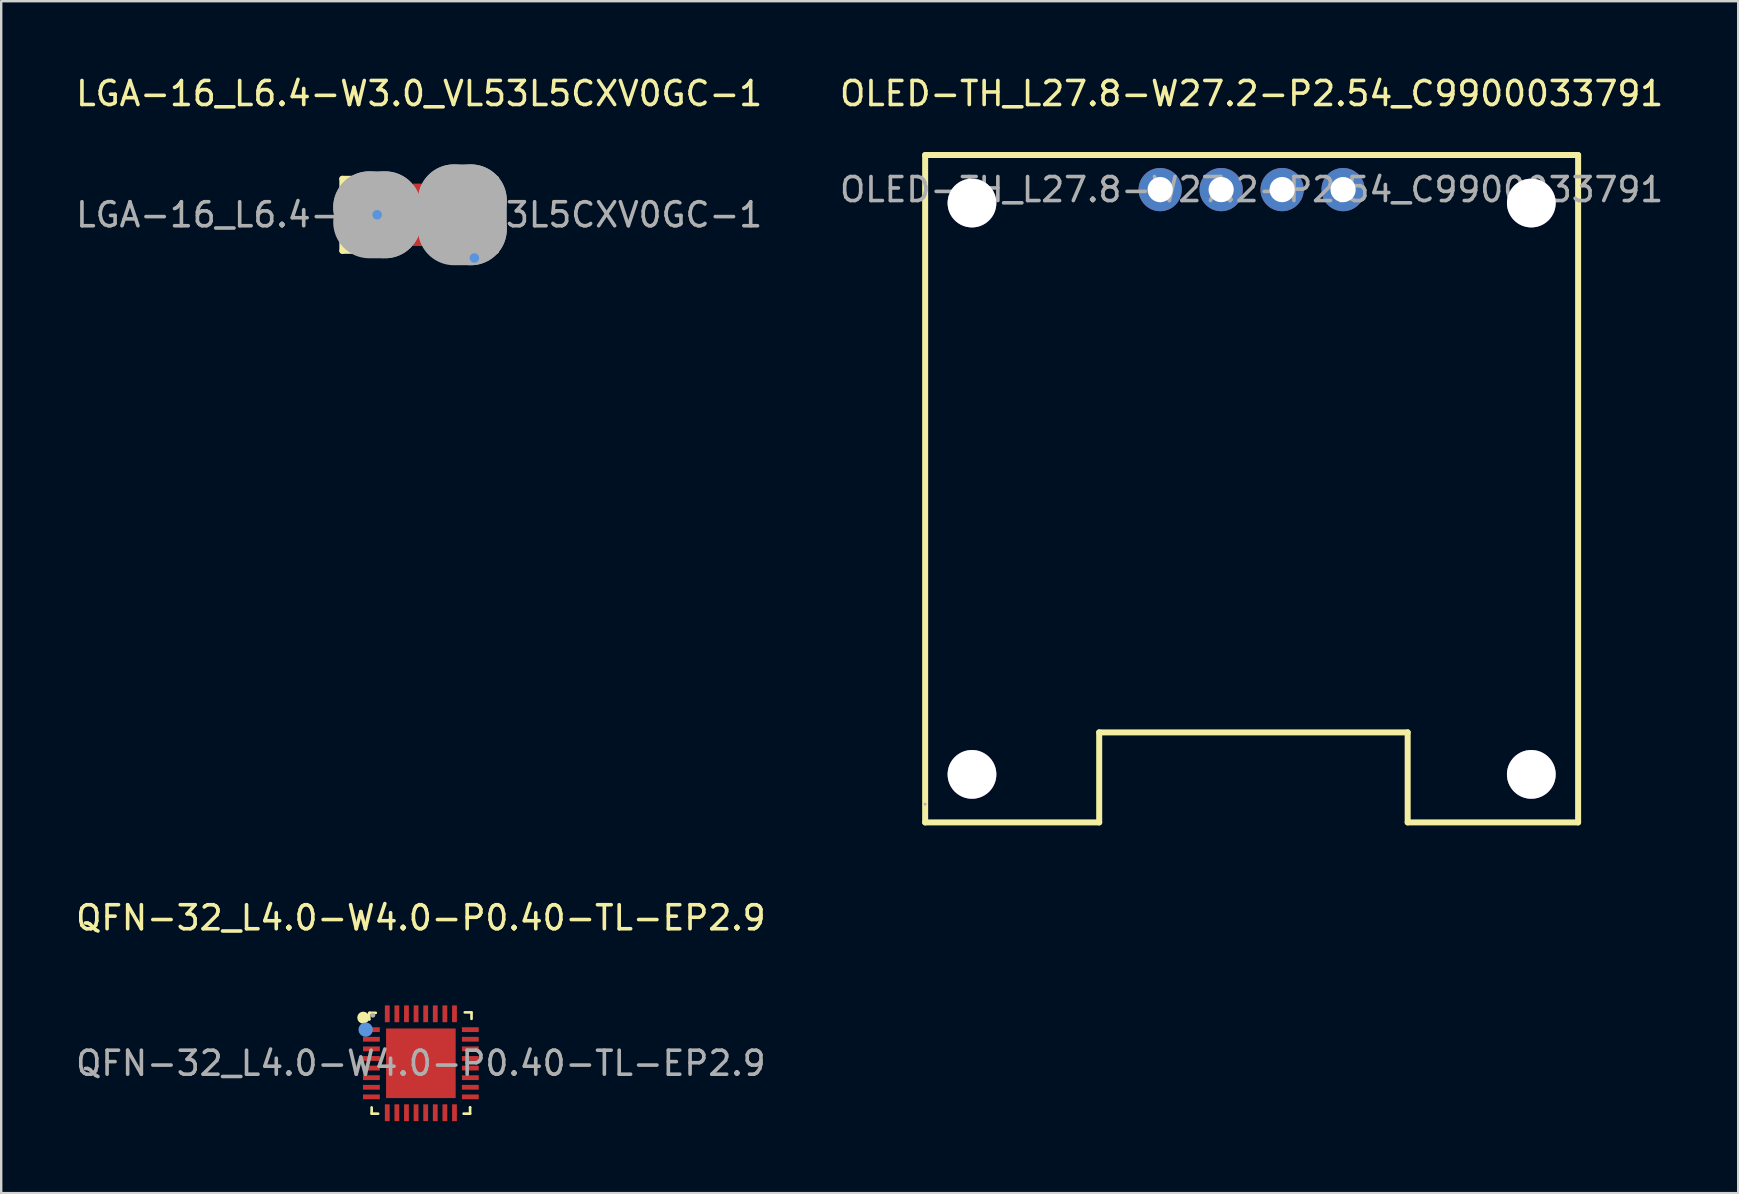
<source format=kicad_pcb>
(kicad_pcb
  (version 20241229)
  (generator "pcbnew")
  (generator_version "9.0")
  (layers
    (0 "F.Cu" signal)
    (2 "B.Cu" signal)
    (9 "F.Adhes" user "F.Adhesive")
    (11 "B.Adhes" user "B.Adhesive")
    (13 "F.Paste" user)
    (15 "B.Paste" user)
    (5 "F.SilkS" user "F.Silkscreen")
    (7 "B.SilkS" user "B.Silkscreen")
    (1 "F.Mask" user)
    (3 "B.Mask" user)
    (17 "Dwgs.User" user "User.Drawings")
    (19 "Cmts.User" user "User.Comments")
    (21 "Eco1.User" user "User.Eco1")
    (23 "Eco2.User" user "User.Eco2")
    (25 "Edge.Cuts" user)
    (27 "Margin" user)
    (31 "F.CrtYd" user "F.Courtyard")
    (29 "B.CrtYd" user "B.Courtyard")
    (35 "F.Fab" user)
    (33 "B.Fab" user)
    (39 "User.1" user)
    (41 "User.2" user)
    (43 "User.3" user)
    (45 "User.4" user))
  (footprint "QFN-32_L4.0-W4.0-P0.40-TL-EP2.9"
    (layer "F.Cu")
    (at 14.482 41.242)
    (property "Reference" "QFN-32_L4.0-W4.0-P0.40-TL-EP2.9" (at 0 -6.06 0) (layer "F.SilkS") (effects (font (size 1 1) (thickness 0.15))))
    (attr smd)
    (fp_line (start -2.15 -2.09) (end -2.15 -1.83) (stroke (width 0.11) (type solid)) (layer "F.SilkS"))
    (fp_line (start -2.15 -1.83) (end -2.15 -1.83) (stroke (width 0.11) (type solid)) (layer "F.SilkS"))
    (fp_line (start -2.14 -2.1) (end -2.15 -2.09) (stroke (width 0.11) (type solid)) (layer "F.SilkS"))
    (fp_line (start -2.05 1.84) (end -2.05 2.1) (stroke (width 0.11) (type solid)) (layer "F.SilkS"))
    (fp_line (start -2.05 2.1) (end -1.78 2.1) (stroke (width 0.11) (type solid)) (layer "F.SilkS"))
    (fp_line (start -1.88 -2.1) (end -2.14 -2.1) (stroke (width 0.11) (type solid)) (layer "F.SilkS"))
    (fp_line (start 1.78 2.1) (end 2.05 2.1) (stroke (width 0.11) (type solid)) (layer "F.SilkS"))
    (fp_line (start 2.05 1.84) (end 2.05 1.84) (stroke (width 0.11) (type solid)) (layer "F.SilkS"))
    (fp_line (start 2.05 2.1) (end 2.05 1.84) (stroke (width 0.11) (type solid)) (layer "F.SilkS"))
    (fp_line (start 2.1 -2.12) (end 1.83 -2.12) (stroke (width 0.11) (type solid)) (layer "F.SilkS"))
    (fp_line (start 2.11 -1.85) (end 2.11 -2.12) (stroke (width 0.11) (type solid)) (layer "F.SilkS"))
    (fp_arc (start -2.4 -1.9) (mid -2.4 -1.9) (end -2.4 -1.9) (stroke (width 0.25) (type solid)) (layer "F.SilkS"))
    (fp_circle (center -2.3 -1.4) (end -2.15 -1.4) (stroke (width 0.3) (type solid)) (fill no) (layer "Cmts.User"))
    (fp_circle (center -2 -2) (end -1.95 -2) (stroke (width 0.1) (type solid)) (fill no) (layer "F.Fab"))
    (fp_text user "${REFERENCE}" (at 0 0 0) (layer "F.Fab") (effects (font (size 1 1) (thickness 0.15))))
    (pad "1" smd rect (at -2.06 -1.4) (size 0.7 0.2) (layers "F.Cu" "F.Mask" "F.Paste"))
    (pad "2" smd rect (at -2.06 -1) (size 0.7 0.2) (layers "F.Cu" "F.Mask" "F.Paste"))
    (pad "3" smd rect (at -2.06 -0.6) (size 0.7 0.2) (layers "F.Cu" "F.Mask" "F.Paste"))
    (pad "4" smd rect (at -2.06 -0.2) (size 0.7 0.2) (layers "F.Cu" "F.Mask" "F.Paste"))
    (pad "5" smd rect (at -2.06 0.2) (size 0.7 0.2) (layers "F.Cu" "F.Mask" "F.Paste"))
    (pad "6" smd rect (at -2.06 0.6) (size 0.7 0.2) (layers "F.Cu" "F.Mask" "F.Paste"))
    (pad "7" smd rect (at -2.06 1) (size 0.7 0.2) (layers "F.Cu" "F.Mask" "F.Paste"))
    (pad "8" smd rect (at -2.06 1.4) (size 0.7 0.2) (layers "F.Cu" "F.Mask" "F.Paste"))
    (pad "9" smd rect (at -1.4 2.06) (size 0.2 0.7) (layers "F.Cu" "F.Mask" "F.Paste"))
    (pad "10" smd rect (at -1 2.06) (size 0.2 0.7) (layers "F.Cu" "F.Mask" "F.Paste"))
    (pad "11" smd rect (at -0.6 2.06) (size 0.2 0.7) (layers "F.Cu" "F.Mask" "F.Paste"))
    (pad "12" smd rect (at -0.2 2.06) (size 0.2 0.7) (layers "F.Cu" "F.Mask" "F.Paste"))
    (pad "13" smd rect (at 0.2 2.06) (size 0.2 0.7) (layers "F.Cu" "F.Mask" "F.Paste"))
    (pad "14" smd rect (at 0.6 2.06) (size 0.2 0.7) (layers "F.Cu" "F.Mask" "F.Paste"))
    (pad "15" smd rect (at 1 2.06) (size 0.2 0.7) (layers "F.Cu" "F.Mask" "F.Paste"))
    (pad "16" smd rect (at 1.4 2.06) (size 0.2 0.7) (layers "F.Cu" "F.Mask" "F.Paste"))
    (pad "17" smd rect (at 2.06 1.4) (size 0.7 0.2) (layers "F.Cu" "F.Mask" "F.Paste"))
    (pad "18" smd rect (at 2.06 1) (size 0.7 0.2) (layers "F.Cu" "F.Mask" "F.Paste"))
    (pad "19" smd rect (at 2.06 0.6) (size 0.7 0.2) (layers "F.Cu" "F.Mask" "F.Paste"))
    (pad "20" smd rect (at 2.06 0.2) (size 0.7 0.2) (layers "F.Cu" "F.Mask" "F.Paste"))
    (pad "21" smd rect (at 2.06 -0.2) (size 0.7 0.2) (layers "F.Cu" "F.Mask" "F.Paste"))
    (pad "22" smd rect (at 2.06 -0.6) (size 0.7 0.2) (layers "F.Cu" "F.Mask" "F.Paste"))
    (pad "23" smd rect (at 2.06 -1) (size 0.7 0.2) (layers "F.Cu" "F.Mask" "F.Paste"))
    (pad "24" smd rect (at 2.06 -1.4) (size 0.7 0.2) (layers "F.Cu" "F.Mask" "F.Paste"))
    (pad "25" smd rect (at 1.4 -2.06) (size 0.2 0.7) (layers "F.Cu" "F.Mask" "F.Paste"))
    (pad "26" smd rect (at 1 -2.06) (size 0.2 0.7) (layers "F.Cu" "F.Mask" "F.Paste"))
    (pad "27" smd rect (at 0.6 -2.06) (size 0.2 0.7) (layers "F.Cu" "F.Mask" "F.Paste"))
    (pad "28" smd rect (at 0.2 -2.06) (size 0.2 0.7) (layers "F.Cu" "F.Mask" "F.Paste"))
    (pad "29" smd rect (at -0.2 -2.06) (size 0.2 0.7) (layers "F.Cu" "F.Mask" "F.Paste"))
    (pad "30" smd rect (at -0.6 -2.06) (size 0.2 0.7) (layers "F.Cu" "F.Mask" "F.Paste"))
    (pad "31" smd rect (at -1 -2.06) (size 0.2 0.7) (layers "F.Cu" "F.Mask" "F.Paste"))
    (pad "32" smd rect (at -1.4 -2.06) (size 0.2 0.7) (layers "F.Cu" "F.Mask" "F.Paste"))
    (pad "33" smd rect (at 0 0 180) (size 2.9 2.9) (layers "F.Cu" "F.Mask" "F.Paste")))
  (footprint "LGA-16_L6.4-W3.0_VL53L5CXV0GC-1"
    (layer "F.Cu")
    (at 14.411 5.898)
    (property "Reference" "LGA-16_L6.4-W3.0_VL53L5CXV0GC-1" (at 0 -5.05 0) (layer "F.SilkS") (effects (font (size 1 1) (thickness 0.15))))
    (attr smd)
    (fp_line (start -3.2 -1.5) (end -2.73 -1.5) (stroke (width 0.25) (type solid)) (layer "F.SilkS"))
    (fp_line (start -3.2 1.5) (end -3.2 -1.5) (stroke (width 0.25) (type solid)) (layer "F.SilkS"))
    (fp_line (start -2.73 1.5) (end -3.2 1.5) (stroke (width 0.25) (type solid)) (layer "F.SilkS"))
    (fp_line (start 2.72 -1.5) (end 3.2 -1.5) (stroke (width 0.25) (type solid)) (layer "F.SilkS"))
    (fp_line (start 3.2 -1.5) (end 3.2 1.5) (stroke (width 0.25) (type solid)) (layer "F.SilkS"))
    (fp_line (start 3.2 1.5) (end 2.72 1.5) (stroke (width 0.25) (type solid)) (layer "F.SilkS"))
    (fp_circle (center -1.75 0) (end -1.53 0) (stroke (width 0.1) (type solid)) (fill no) (layer "F.SilkS"))
    (fp_circle (center 2.3 1.8) (end 2.4 1.8) (stroke (width 0.2) (type solid)) (fill no) (layer "F.SilkS"))
    (fp_circle (center -1.75 0) (end -1.65 0) (stroke (width 0.2) (type solid)) (fill no) (layer "Cmts.User"))
    (fp_circle (center 2.3 1.8) (end 2.4 1.8) (stroke (width 0.2) (type solid)) (fill no) (layer "Cmts.User"))
    (fp_line (start -2.08 -0.31) (end -2.08 -0.31) (stroke (width 3) (type solid)) (layer "F.Fab"))
    (fp_line (start -2.08 -0.31) (end -1.42 -0.31) (stroke (width 3) (type solid)) (layer "F.Fab"))
    (fp_line (start -1.42 -0.31) (end -1.42 0.31) (stroke (width 3) (type solid)) (layer "F.Fab"))
    (fp_line (start -1.42 0.31) (end -2.08 0.31) (stroke (width 3) (type solid)) (layer "F.Fab"))
    (fp_line (start 1.45 -0.6) (end 1.45 -0.6) (stroke (width 3) (type solid)) (layer "F.Fab"))
    (fp_line (start 1.45 -0.6) (end 2.15 -0.6) (stroke (width 3) (type solid)) (layer "F.Fab"))
    (fp_line (start 2.15 -0.6) (end 2.15 0.6) (stroke (width 3) (type solid)) (layer "F.Fab"))
    (fp_line (start 2.15 0.6) (end 1.45 0.6) (stroke (width 3) (type solid)) (layer "F.Fab"))
    (fp_circle (center 3.2 1.5) (end 3.23 1.5) (stroke (width 0.06) (type solid)) (fill no) (layer "F.Fab"))
    (fp_text user "${REFERENCE}" (at 0 0 0) (layer "F.Fab") (effects (font (size 1 1) (thickness 0.15))))
    (pad "A1" smd rect (at 2.25 1.05) (size 0.5 0.5) (layers "F.Cu" "F.Mask" "F.Paste"))
    (pad "A2" smd rect (at 1.5 1.05) (size 0.5 0.5) (layers "F.Cu" "F.Mask" "F.Paste"))
    (pad "A3" smd rect (at 0.75 1.05) (size 0.5 0.5) (layers "F.Cu" "F.Mask" "F.Paste"))
    (pad "A4" smd rect (at 0 1.05) (size 0.5 0.5) (layers "F.Cu" "F.Mask" "F.Paste"))
    (pad "A5" smd rect (at -0.75 1.05) (size 0.5 0.5) (layers "F.Cu" "F.Mask" "F.Paste"))
    (pad "A6" smd rect (at -1.5 1.05) (size 0.5 0.5) (layers "F.Cu" "F.Mask" "F.Paste"))
    (pad "A7" smd rect (at -2.25 1.05) (size 0.5 0.5) (layers "F.Cu" "F.Mask" "F.Paste"))
    (pad "B1" smd rect (at 2.65 0) (size 0.5 0.5) (layers "F.Cu" "F.Mask" "F.Paste"))
    (pad "B4" smd rect (at 0 0) (size 2.32 1.2) (layers "F.Cu" "F.Mask" "F.Paste"))
    (pad "B7" smd rect (at -2.65 0) (size 0.5 0.5) (layers "F.Cu" "F.Mask" "F.Paste"))
    (pad "C1" smd rect (at 2.25 -1.05) (size 0.5 0.5) (layers "F.Cu" "F.Mask" "F.Paste"))
    (pad "C2" smd rect (at 1.5 -1.05) (size 0.5 0.5) (layers "F.Cu" "F.Mask" "F.Paste"))
    (pad "C3" smd rect (at 0.75 -1.05) (size 0.5 0.5) (layers "F.Cu" "F.Mask" "F.Paste"))
    (pad "C4" smd rect (at 0 -1.05) (size 0.5 0.5) (layers "F.Cu" "F.Mask" "F.Paste"))
    (pad "C5" smd rect (at -0.75 -1.05) (size 0.5 0.5) (layers "F.Cu" "F.Mask" "F.Paste"))
    (pad "C6" smd rect (at -1.5 -1.05) (size 0.5 0.5) (layers "F.Cu" "F.Mask" "F.Paste"))
    (pad "C7" smd rect (at -2.25 -1.05) (size 0.5 0.5) (layers "F.Cu" "F.Mask" "F.Paste")))
  (footprint "OLED-TH_L27.8-W27.2-P2.54_C9900033791"
    (layer "F.Cu")
    (at 49.089 4.848)
    (property "Reference" "OLED-TH_L27.8-W27.2-P2.54_C9900033791" (at 0 -4 0) (layer "F.SilkS") (effects (font (size 1 1) (thickness 0.15))))
    (attr through_hole)
    (fp_line (start -13.6 -1.44) (end 13.6 -1.44) (stroke (width 0.25) (type solid)) (layer "F.SilkS"))
    (fp_line (start -13.6 26.36) (end -13.6 -1.44) (stroke (width 0.25) (type solid)) (layer "F.SilkS"))
    (fp_line (start -6.35 22.61) (end -6.35 26.36) (stroke (width 0.25) (type solid)) (layer "F.SilkS"))
    (fp_line (start -6.35 26.36) (end -13.6 26.36) (stroke (width 0.25) (type solid)) (layer "F.SilkS"))
    (fp_line (start 6.5 22.61) (end -6.35 22.61) (stroke (width 0.25) (type solid)) (layer "F.SilkS"))
    (fp_line (start 6.5 26.36) (end 6.5 22.61) (stroke (width 0.25) (type solid)) (layer "F.SilkS"))
    (fp_line (start 13.6 -1.44) (end 13.6 26.36) (stroke (width 0.25) (type solid)) (layer "F.SilkS"))
    (fp_line (start 13.6 26.36) (end 6.5 26.36) (stroke (width 0.25) (type solid)) (layer "F.SilkS"))
    (fp_circle (center -13.6 25.6) (end -13.57 25.6) (stroke (width 0.06) (type solid)) (fill no) (layer "F.Fab"))
    (fp_text user "${REFERENCE}" (at 0 0 0) (layer "F.Fab") (effects (font (size 1 1) (thickness 0.15))))
    (pad "" thru_hole circle (at -11.65 0.56) (size 2.03 2.03) (drill 2.03) (layers "*.Cu" "*.Mask"))
    (pad "" thru_hole circle (at -11.65 24.36) (size 2.03 2.03) (drill 2.03) (layers "*.Cu" "*.Mask"))
    (pad "" thru_hole circle (at 11.65 0.56) (size 2.03 2.03) (drill 2.03) (layers "*.Cu" "*.Mask"))
    (pad "" thru_hole circle (at 11.65 24.36) (size 2.03 2.03) (drill 2.03) (layers "*.Cu" "*.Mask"))
    (pad "1" thru_hole circle (at -3.81 0) (size 1.8 1.8) (drill 1.05) (layers "*.Cu" "*.Mask"))
    (pad "2" thru_hole circle (at -1.27 0) (size 1.8 1.8) (drill 1.05) (layers "*.Cu" "*.Mask"))
    (pad "3" thru_hole circle (at 1.27 0) (size 1.8 1.8) (drill 1.05) (layers "*.Cu" "*.Mask"))
    (pad "4" thru_hole circle (at 3.81 0) (size 1.8 1.8) (drill 1.05) (layers "*.Cu" "*.Mask")))
  (gr_rect
    (start -3 -3)
    (end 69.357 46.651)
    (stroke (width 0.1) (type default))
    (fill no)
    (layer "Edge.Cuts")))
</source>
